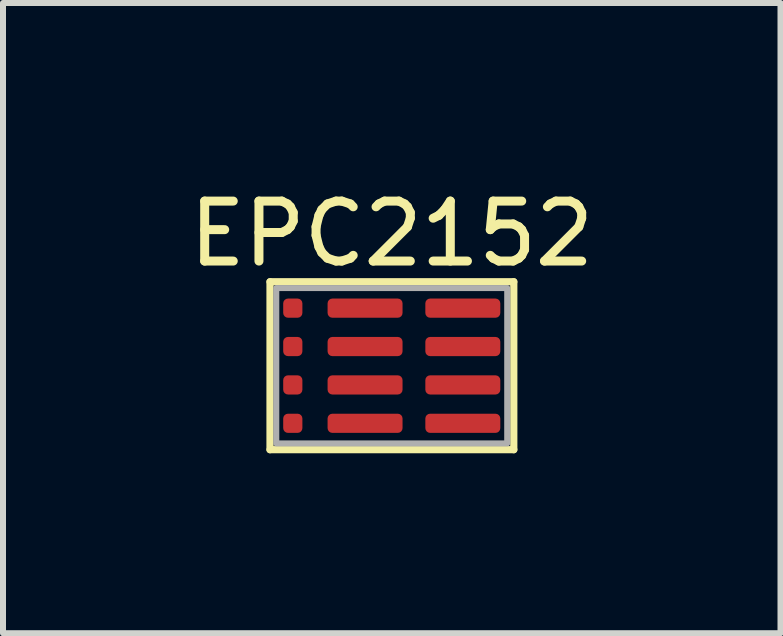
<source format=kicad_pcb>
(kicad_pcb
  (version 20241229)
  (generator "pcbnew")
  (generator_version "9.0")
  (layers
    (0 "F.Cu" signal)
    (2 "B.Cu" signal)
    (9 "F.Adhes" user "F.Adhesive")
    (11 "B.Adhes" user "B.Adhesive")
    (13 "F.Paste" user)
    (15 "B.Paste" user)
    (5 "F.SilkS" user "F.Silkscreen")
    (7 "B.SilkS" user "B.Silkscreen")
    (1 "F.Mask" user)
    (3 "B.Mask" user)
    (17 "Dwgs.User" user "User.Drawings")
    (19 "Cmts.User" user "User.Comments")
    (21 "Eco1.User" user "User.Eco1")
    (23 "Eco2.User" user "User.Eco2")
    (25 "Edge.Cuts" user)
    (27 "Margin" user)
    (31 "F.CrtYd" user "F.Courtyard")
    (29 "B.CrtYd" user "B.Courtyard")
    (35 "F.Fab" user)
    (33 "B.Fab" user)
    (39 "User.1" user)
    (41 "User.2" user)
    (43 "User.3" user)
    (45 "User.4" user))
  (footprint "EPC2152"
    (layer "F.Cu")
    (at 3.482 3.048)
    (property "Reference" "EPC2152" (at 0 -2.2 0) (unlocked yes) (layer "F.SilkS") (effects (font (size 1 1) (thickness 0.15))))
    (attr smd)
    (fp_line (start -2.03 1.4) (end -2.03 -1.4) (stroke (width 0.12) (type default)) (layer "F.SilkS"))
    (fp_line (start -2.03 1.4) (end 2.035 1.4) (stroke (width 0.12) (type default)) (layer "F.SilkS"))
    (fp_line (start 2.035 -1.4) (end -2.03 -1.4) (stroke (width 0.12) (type default)) (layer "F.SilkS"))
    (fp_line (start 2.035 1.4) (end 2.035 -1.4) (stroke (width 0.12) (type default)) (layer "F.SilkS"))
    (fp_rect (start -1.925 -1.295) (end 1.925 1.295) (stroke (width 0.1) (type default)) (fill no) (layer "F.Fab"))
    (pad "1" smd roundrect (at -1.65 -0.96) (size 0.32 0.32) (layers "F.Cu" "F.Mask" "F.Paste") (roundrect_rratio 0.25))
    (pad "2" smd roundrect (at -1.65 -0.32) (size 0.32 0.32) (layers "F.Cu" "F.Mask" "F.Paste") (roundrect_rratio 0.25))
    (pad "3" smd roundrect (at -1.65 0.32) (size 0.32 0.32) (layers "F.Cu" "F.Mask" "F.Paste") (roundrect_rratio 0.25))
    (pad "4" smd roundrect (at -1.65 0.96) (size 0.32 0.32) (layers "F.Cu" "F.Mask" "F.Paste") (roundrect_rratio 0.25))
    (pad "5" smd roundrect (at -0.445 -0.96) (size 1.25 0.32) (layers "F.Cu" "F.Mask" "F.Paste") (roundrect_rratio 0.25))
    (pad "6" smd roundrect (at -0.445 -0.32) (size 1.25 0.32) (layers "F.Cu" "F.Mask" "F.Paste") (roundrect_rratio 0.25))
    (pad "7" smd roundrect (at -0.445 0.32) (size 1.25 0.32) (layers "F.Cu" "F.Mask" "F.Paste") (roundrect_rratio 0.25))
    (pad "8" smd roundrect (at -0.445 0.96) (size 1.25 0.32) (layers "F.Cu" "F.Mask" "F.Paste") (roundrect_rratio 0.25))
    (pad "9" smd roundrect (at 1.185 -0.96) (size 1.25 0.32) (layers "F.Cu" "F.Mask" "F.Paste") (roundrect_rratio 0.25))
    (pad "10" smd roundrect (at 1.185 -0.32) (size 1.25 0.32) (layers "F.Cu" "F.Mask" "F.Paste") (roundrect_rratio 0.25))
    (pad "11" smd roundrect (at 1.185 0.32) (size 1.25 0.32) (layers "F.Cu" "F.Mask" "F.Paste") (roundrect_rratio 0.25))
    (pad "12" smd roundrect (at 1.185 0.96) (size 1.25 0.32) (layers "F.Cu" "F.Mask" "F.Paste") (roundrect_rratio 0.25)))
  (gr_rect
    (start -3 -3)
    (end 9.964 7.508)
    (stroke (width 0.1) (type default))
    (fill no)
    (layer "Edge.Cuts")))
</source>
